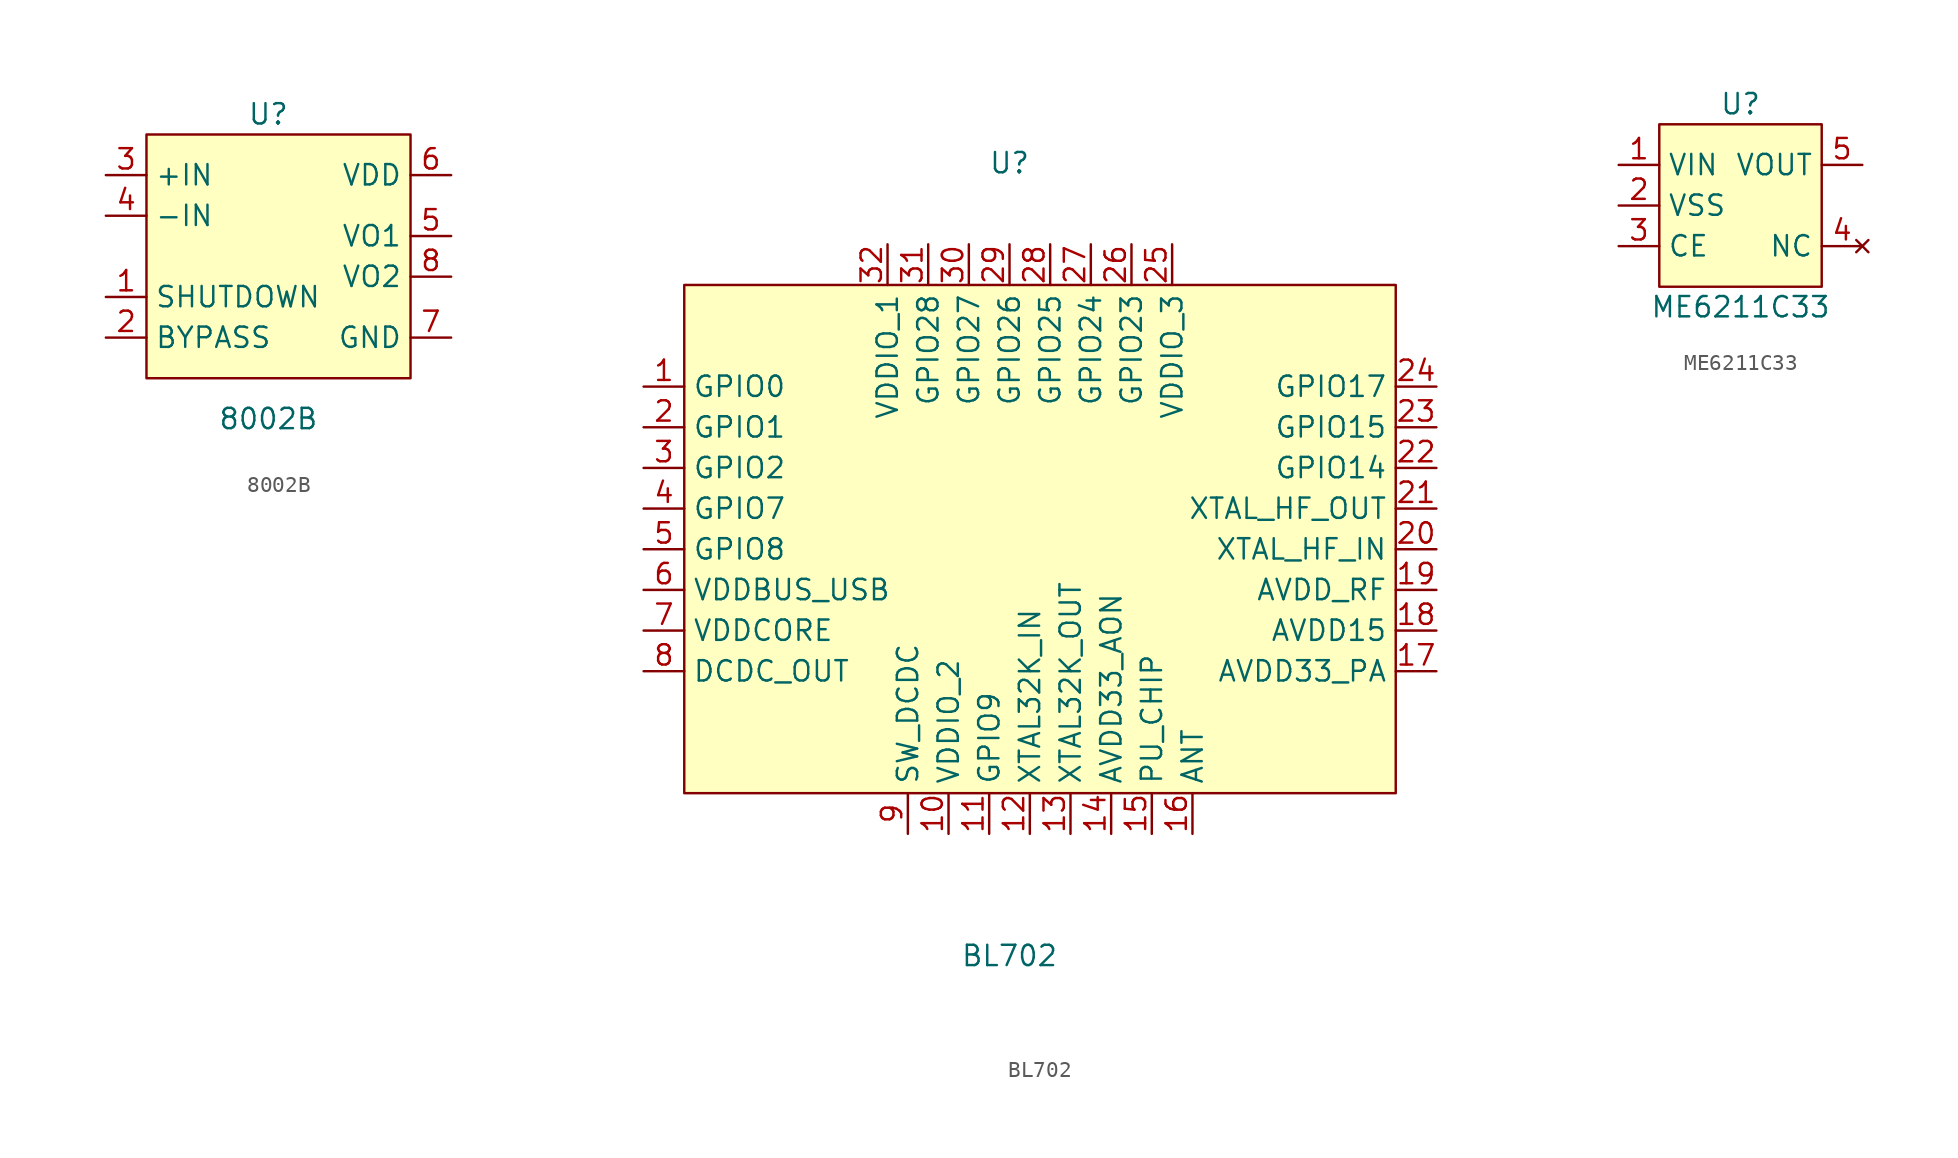
<source format=kicad_sym>
(kicad_symbol_lib
  (version 20211014)
  (generator kicad_symbol_editor)
  (symbol "8002B"
    (property "Reference" "U"
      (at 0 7.62 0)
      (effects (font (size 1.27 1.27))))
    (property "Value" "8002B"
      (at 0 -11.43 0)
      (effects (font (size 1.27 1.27))))
    (symbol "8002B_0_1"
      (rectangle (start -7.62 6.35) (end 8.89 -8.89) (stroke (width 0) (type default) (color 0 0 0 0)) (fill (type background))))
    (symbol "8002B_1_1"
      (pin passive line (at -10.16 -3.81 0) (length 2.54) (name "SHUTDOWN" (effects (font (size 1.27 1.27)))) (number "1" (effects (font (size 1.27 1.27)))))
      (pin passive line (at -10.16 -6.35 0) (length 2.54) (name "BYPASS" (effects (font (size 1.27 1.27)))) (number "2" (effects (font (size 1.27 1.27)))))
      (pin passive line (at -10.16 3.81 0) (length 2.54) (name "+IN" (effects (font (size 1.27 1.27)))) (number "3" (effects (font (size 1.27 1.27)))))
      (pin passive line (at -10.16 1.27 0) (length 2.54) (name "-IN" (effects (font (size 1.27 1.27)))) (number "4" (effects (font (size 1.27 1.27)))))
      (pin passive line (at 11.43 0 180) (length 2.54) (name "VO1" (effects (font (size 1.27 1.27)))) (number "5" (effects (font (size 1.27 1.27)))))
      (pin passive line (at 11.43 3.81 180) (length 2.54) (name "VDD" (effects (font (size 1.27 1.27)))) (number "6" (effects (font (size 1.27 1.27)))))
      (pin passive line (at 11.43 -6.35 180) (length 2.54) (name "GND" (effects (font (size 1.27 1.27)))) (number "7" (effects (font (size 1.27 1.27)))))
      (pin passive line (at 11.43 -2.54 180) (length 2.54) (name "VO2" (effects (font (size 1.27 1.27)))) (number "8" (effects (font (size 1.27 1.27)))))))
  (symbol "BL702"
    (property "Reference" "U"
      (at 0 24.13 0)
      (effects (font (size 1.27 1.27))))
    (property "Value" "BL702"
      (at 0 -25.4 0)
      (effects (font (size 1.27 1.27))))
    (symbol "BL702_0_1"
      (rectangle (start -20.32 16.51) (end 24.13 -15.24) (stroke (width 0) (type default) (color 0 0 0 0)) (fill (type background))))
    (symbol "BL702_1_1"
      (pin bidirectional line (at -22.86 10.16 0) (length 2.54) (name "GPIO0" (effects (font (size 1.27 1.27)))) (number "1" (effects (font (size 1.27 1.27)))))
      (pin power_in line (at -3.81 -17.78 90) (length 2.54) (name "VDDIO_2" (effects (font (size 1.27 1.27)))) (number "10" (effects (font (size 1.27 1.27)))))
      (pin bidirectional line (at -1.27 -17.78 90) (length 2.54) (name "GPIO9" (effects (font (size 1.27 1.27)))) (number "11" (effects (font (size 1.27 1.27)))))
      (pin bidirectional line (at 1.27 -17.78 90) (length 2.54) (name "XTAL32K_IN" (effects (font (size 1.27 1.27)))) (number "12" (effects (font (size 1.27 1.27)))))
      (pin bidirectional line (at 3.81 -17.78 90) (length 2.54) (name "XTAL32K_OUT" (effects (font (size 1.27 1.27)))) (number "13" (effects (font (size 1.27 1.27)))))
      (pin power_out line (at 6.35 -17.78 90) (length 2.54) (name "AVDD33_AON" (effects (font (size 1.27 1.27)))) (number "14" (effects (font (size 1.27 1.27)))))
      (pin bidirectional line (at 8.89 -17.78 90) (length 2.54) (name "PU_CHIP" (effects (font (size 1.27 1.27)))) (number "15" (effects (font (size 1.27 1.27)))))
      (pin bidirectional line (at 11.43 -17.78 90) (length 2.54) (name "ANT" (effects (font (size 1.27 1.27)))) (number "16" (effects (font (size 1.27 1.27)))))
      (pin power_in line (at 26.67 -7.62 180) (length 2.54) (name "AVDD33_PA" (effects (font (size 1.27 1.27)))) (number "17" (effects (font (size 1.27 1.27)))))
      (pin power_in line (at 26.67 -5.08 180) (length 2.54) (name "AVDD15" (effects (font (size 1.27 1.27)))) (number "18" (effects (font (size 1.27 1.27)))))
      (pin power_in line (at 26.67 -2.54 180) (length 2.54) (name "AVDD_RF" (effects (font (size 1.27 1.27)))) (number "19" (effects (font (size 1.27 1.27)))))
      (pin bidirectional line (at -22.86 7.62 0) (length 2.54) (name "GPIO1" (effects (font (size 1.27 1.27)))) (number "2" (effects (font (size 1.27 1.27)))))
      (pin bidirectional line (at 26.67 0 180) (length 2.54) (name "XTAL_HF_IN" (effects (font (size 1.27 1.27)))) (number "20" (effects (font (size 1.27 1.27)))))
      (pin bidirectional line (at 26.67 2.54 180) (length 2.54) (name "XTAL_HF_OUT" (effects (font (size 1.27 1.27)))) (number "21" (effects (font (size 1.27 1.27)))))
      (pin bidirectional line (at 26.67 5.08 180) (length 2.54) (name "GPIO14" (effects (font (size 1.27 1.27)))) (number "22" (effects (font (size 1.27 1.27)))))
      (pin bidirectional line (at 26.67 7.62 180) (length 2.54) (name "GPIO15" (effects (font (size 1.27 1.27)))) (number "23" (effects (font (size 1.27 1.27)))))
      (pin bidirectional line (at 26.67 10.16 180) (length 2.54) (name "GPIO17" (effects (font (size 1.27 1.27)))) (number "24" (effects (font (size 1.27 1.27)))))
      (pin power_in line (at 10.16 19.05 270) (length 2.54) (name "VDDIO_3" (effects (font (size 1.27 1.27)))) (number "25" (effects (font (size 1.27 1.27)))))
      (pin bidirectional line (at 7.62 19.05 270) (length 2.54) (name "GPIO23" (effects (font (size 1.27 1.27)))) (number "26" (effects (font (size 1.27 1.27)))))
      (pin bidirectional line (at 5.08 19.05 270) (length 2.54) (name "GPIO24" (effects (font (size 1.27 1.27)))) (number "27" (effects (font (size 1.27 1.27)))))
      (pin bidirectional line (at 2.54 19.05 270) (length 2.54) (name "GPIO25" (effects (font (size 1.27 1.27)))) (number "28" (effects (font (size 1.27 1.27)))))
      (pin bidirectional line (at 0 19.05 270) (length 2.54) (name "GPIO26" (effects (font (size 1.27 1.27)))) (number "29" (effects (font (size 1.27 1.27)))))
      (pin bidirectional line (at -22.86 5.08 0) (length 2.54) (name "GPIO2" (effects (font (size 1.27 1.27)))) (number "3" (effects (font (size 1.27 1.27)))))
      (pin bidirectional line (at -2.54 19.05 270) (length 2.54) (name "GPIO27" (effects (font (size 1.27 1.27)))) (number "30" (effects (font (size 1.27 1.27)))))
      (pin bidirectional line (at -5.08 19.05 270) (length 2.54) (name "GPIO28" (effects (font (size 1.27 1.27)))) (number "31" (effects (font (size 1.27 1.27)))))
      (pin power_in line (at -7.62 19.05 270) (length 2.54) (name "VDDIO_1" (effects (font (size 1.27 1.27)))) (number "32" (effects (font (size 1.27 1.27)))))
      (pin bidirectional line (at -22.86 2.54 0) (length 2.54) (name "GPIO7" (effects (font (size 1.27 1.27)))) (number "4" (effects (font (size 1.27 1.27)))))
      (pin bidirectional line (at -22.86 0 0) (length 2.54) (name "GPIO8" (effects (font (size 1.27 1.27)))) (number "5" (effects (font (size 1.27 1.27)))))
      (pin power_in line (at -22.86 -2.54 0) (length 2.54) (name "VDDBUS_USB" (effects (font (size 1.27 1.27)))) (number "6" (effects (font (size 1.27 1.27)))))
      (pin power_in line (at -22.86 -5.08 0) (length 2.54) (name "VDDCORE" (effects (font (size 1.27 1.27)))) (number "7" (effects (font (size 1.27 1.27)))))
      (pin power_out line (at -22.86 -7.62 0) (length 2.54) (name "DCDC_OUT" (effects (font (size 1.27 1.27)))) (number "8" (effects (font (size 1.27 1.27)))))
      (pin power_in line (at -6.35 -17.78 90) (length 2.54) (name "SW_DCDC" (effects (font (size 1.27 1.27)))) (number "9" (effects (font (size 1.27 1.27)))))))
  (symbol "ME6211C33"
    (property "Reference" "U"
      (at 0 6.35 0)
      (effects (font (size 1.27 1.27))))
    (property "Value" "ME6211C33"
      (at 0 -6.35 0)
      (effects (font (size 1.27 1.27))))
    (symbol "ME6211C33_0_1"
      (rectangle (start -5.08 5.08) (end 5.08 -5.08) (stroke (width 0) (type default) (color 0 0 0 0)) (fill (type background))))
    (symbol "ME6211C33_1_1"
      (pin power_in line (at -7.62 2.54 0) (length 2.54) (name "VIN" (effects (font (size 1.27 1.27)))) (number "1" (effects (font (size 1.27 1.27)))))
      (pin passive line (at -7.62 0 0) (length 2.54) (name "VSS" (effects (font (size 1.27 1.27)))) (number "2" (effects (font (size 1.27 1.27)))))
      (pin passive line (at -7.62 -2.54 0) (length 2.54) (name "CE" (effects (font (size 1.27 1.27)))) (number "3" (effects (font (size 1.27 1.27)))))
      (pin no_connect line (at 7.62 -2.54 180) (length 2.54) (name "NC" (effects (font (size 1.27 1.27)))) (number "4" (effects (font (size 1.27 1.27)))))
      (pin power_out line (at 7.62 2.54 180) (length 2.54) (name "VOUT" (effects (font (size 1.27 1.27)))) (number "5" (effects (font (size 1.27 1.27))))))))
</source>
